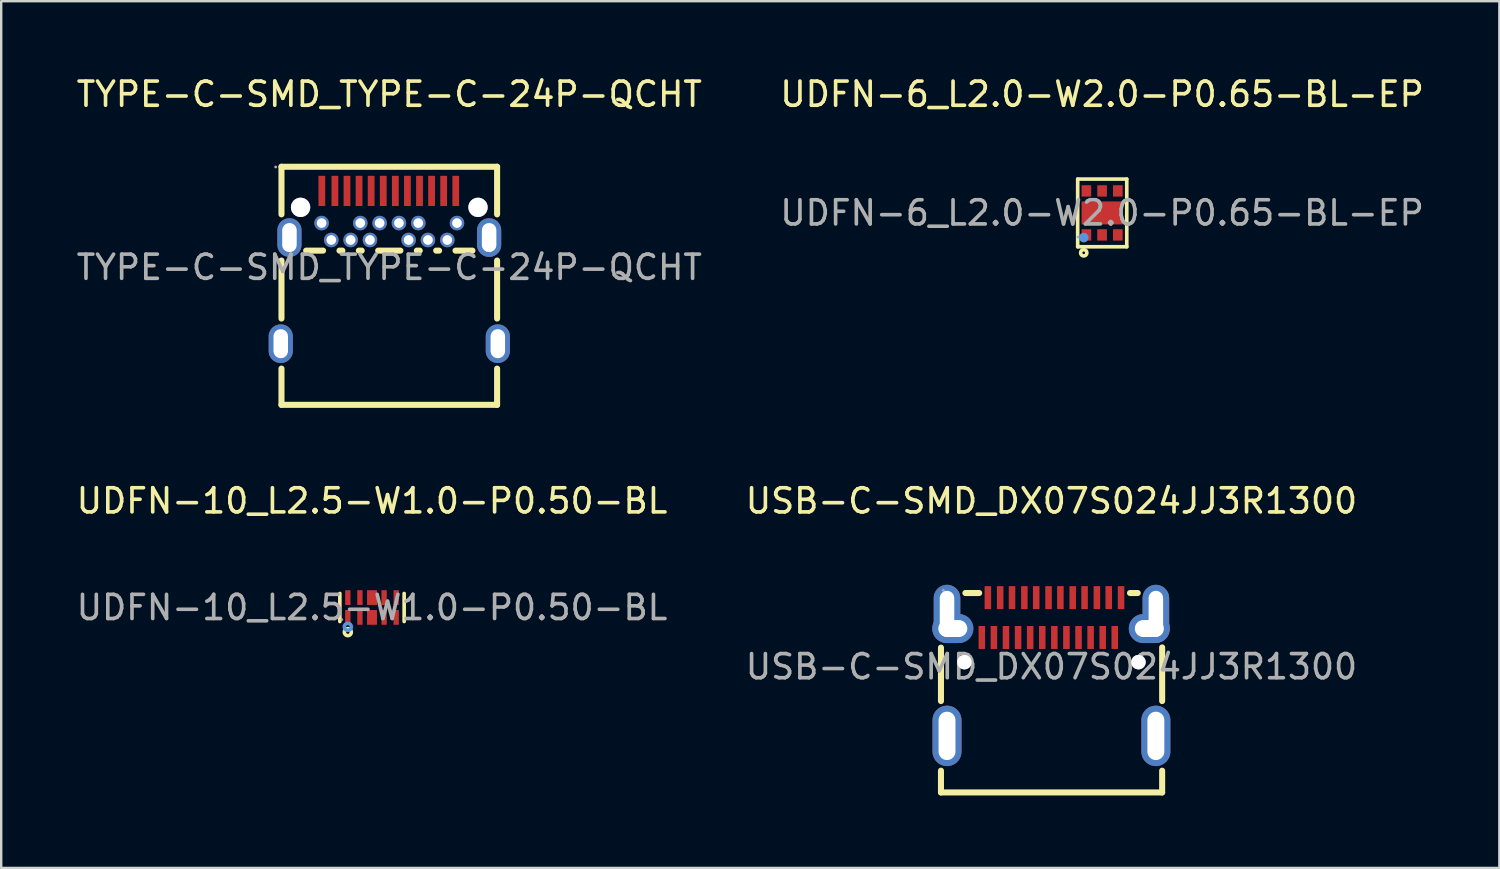
<source format=kicad_pcb>
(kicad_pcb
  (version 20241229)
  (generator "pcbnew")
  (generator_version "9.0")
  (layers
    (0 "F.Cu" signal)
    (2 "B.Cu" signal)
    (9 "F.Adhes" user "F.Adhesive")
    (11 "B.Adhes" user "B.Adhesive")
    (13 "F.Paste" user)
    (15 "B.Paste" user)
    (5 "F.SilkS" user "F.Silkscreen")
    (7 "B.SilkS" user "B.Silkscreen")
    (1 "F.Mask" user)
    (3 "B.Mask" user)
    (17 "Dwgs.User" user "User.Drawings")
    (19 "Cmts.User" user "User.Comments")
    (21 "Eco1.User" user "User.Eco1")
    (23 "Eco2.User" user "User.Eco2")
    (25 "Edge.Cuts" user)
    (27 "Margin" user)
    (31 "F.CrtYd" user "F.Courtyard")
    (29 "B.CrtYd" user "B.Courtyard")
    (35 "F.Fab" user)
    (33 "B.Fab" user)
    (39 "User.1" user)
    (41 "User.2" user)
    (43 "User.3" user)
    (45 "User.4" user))
  (footprint "UDFN-6_L2.0-W2.0-P0.65-BL-EP"
    (layer "F.Cu")
    (at 42.542 5.758)
    (property "Reference" "UDFN-6_L2.0-W2.0-P0.65-BL-EP" (at 0 -4.91 0) (layer "F.SilkS") (effects (font (size 1 1) (thickness 0.15))))
    (attr smd)
    (fp_line (start -1.01 -1.4) (end -1.01 1.4) (stroke (width 0.15) (type solid)) (layer "F.SilkS"))
    (fp_line (start -1.01 1.4) (end 1.02 1.4) (stroke (width 0.15) (type solid)) (layer "F.SilkS"))
    (fp_line (start 1.02 -1.4) (end -1.01 -1.4) (stroke (width 0.15) (type solid)) (layer "F.SilkS"))
    (fp_line (start 1.02 1.4) (end 1.02 -1.4) (stroke (width 0.15) (type solid)) (layer "F.SilkS"))
    (fp_circle (center -0.76 1.65) (end -0.63 1.65) (stroke (width 0.15) (type solid)) (fill no) (layer "F.SilkS"))
    (fp_circle (center -0.76 1.02) (end -0.66 1.02) (stroke (width 0.2) (type solid)) (fill no) (layer "Cmts.User"))
    (fp_circle (center -1 1) (end -0.97 1) (stroke (width 0.06) (type solid)) (fill no) (layer "F.Fab"))
    (fp_text user "${REFERENCE}" (at 0 0 0) (layer "F.Fab") (effects (font (size 1 1) (thickness 0.15))))
    (pad "1" smd rect (at -0.65 0.91 90) (size 0.47 0.4) (layers "F.Cu" "F.Mask" "F.Paste"))
    (pad "2" smd rect (at 0 0.91 90) (size 0.47 0.4) (layers "F.Cu" "F.Mask" "F.Paste"))
    (pad "3" smd rect (at 0.65 0.91 90) (size 0.47 0.4) (layers "F.Cu" "F.Mask" "F.Paste"))
    (pad "4" smd rect (at 0.65 -0.91 90) (size 0.47 0.4) (layers "F.Cu" "F.Mask" "F.Paste"))
    (pad "5" smd rect (at 0 -0.91 90) (size 0.47 0.4) (layers "F.Cu" "F.Mask" "F.Paste"))
    (pad "6" smd rect (at -0.65 -0.91 90) (size 0.47 0.4) (layers "F.Cu" "F.Mask" "F.Paste"))
    (pad "7" smd rect (at 0 0 90) (size 0.95 1.7) (layers "F.Cu" "F.Mask" "F.Paste")))
  (footprint "USB-C-SMD_DX07S024JJ3R1300"
    (layer "F.Cu")
    (at 40.446 24.532)
    (property "Reference" "USB-C-SMD_DX07S024JJ3R1300" (at 0 -6.86 0) (layer "F.SilkS") (effects (font (size 1 1) (thickness 0.15))))
    (attr smd)
    (fp_line (start -4.57 1.42) (end -4.57 -0.79) (stroke (width 0.25) (type solid)) (layer "F.SilkS"))
    (fp_line (start -4.57 5.2) (end -4.57 4.3) (stroke (width 0.25) (type solid)) (layer "F.SilkS"))
    (fp_line (start -3.56 -3.05) (end -2.99 -3.05) (stroke (width 0.25) (type solid)) (layer "F.SilkS"))
    (fp_line (start 3.25 -3.05) (end 3.57 -3.05) (stroke (width 0.25) (type solid)) (layer "F.SilkS"))
    (fp_line (start 4.58 -0.8) (end 4.58 1.42) (stroke (width 0.25) (type solid)) (layer "F.SilkS"))
    (fp_line (start 4.58 4.3) (end 4.58 5.2) (stroke (width 0.25) (type solid)) (layer "F.SilkS"))
    (fp_line (start 4.58 5.2) (end -4.57 5.2) (stroke (width 0.25) (type solid)) (layer "F.SilkS"))
    (fp_circle (center -3.6 -0.19) (end -3.5 -0.19) (stroke (width 0.2) (type solid)) (fill no) (layer "Cmts.User"))
    (fp_circle (center 3.6 -0.19) (end 3.7 -0.19) (stroke (width 0.2) (type solid)) (fill no) (layer "Cmts.User"))
    (fp_circle (center -4.47 -3.16) (end -4.44 -3.16) (stroke (width 0.06) (type solid)) (fill no) (layer "F.Fab"))
    (fp_text user "${REFERENCE}" (at 0 0 0) (layer "F.Fab") (effects (font (size 1 1) (thickness 0.15))))
    (pad "" thru_hole circle (at -3.6 -0.19) (size 0.6 0.6) (drill 0.6) (layers "*.Cu" "*.Mask"))
    (pad "" thru_hole circle (at 3.6 -0.19) (size 0.6 0.6) (drill 0.6) (layers "*.Cu" "*.Mask"))
    (pad "3" thru_hole oval (at 4.32 2.86) (size 1.2 2.5) (drill oval 0.7 2) (layers "*.Cu" "*.Mask"))
    (pad "4" thru_hole oval (at -4.32 2.86) (size 1.2 2.5) (drill oval 0.7 2) (layers "*.Cu" "*.Mask"))
    (pad "24" thru_hole oval (at -4.32 -2.19) (size 1.1 2.4) (drill oval 0.6 1.9) (layers "*.Cu" "*.Mask"))
    (pad "24" thru_hole oval (at -4.08 -1.58 90) (size 1.2 1.7) (drill oval 0.7 1.2) (layers "*.Cu" "*.Mask"))
    (pad "25" thru_hole oval (at 4.05 -1.58 90) (size 1.2 1.7) (drill oval 0.7 1.2) (layers "*.Cu" "*.Mask"))
    (pad "25" thru_hole oval (at 4.32 -2.19) (size 1.1 2.4) (drill oval 0.6 1.9) (layers "*.Cu" "*.Mask"))
    (pad "A1" smd rect (at -2.63 -2.86) (size 0.27 0.95) (layers "F.Cu" "F.Mask" "F.Paste"))
    (pad "A2" smd rect (at -2.12 -2.86) (size 0.27 0.95) (layers "F.Cu" "F.Mask" "F.Paste"))
    (pad "A3" smd rect (at -1.63 -2.86) (size 0.27 0.95) (layers "F.Cu" "F.Mask" "F.Paste"))
    (pad "A4" smd rect (at -1.12 -2.86) (size 0.27 0.95) (layers "F.Cu" "F.Mask" "F.Paste"))
    (pad "A5" smd rect (at -0.63 -2.86) (size 0.27 0.95) (layers "F.Cu" "F.Mask" "F.Paste"))
    (pad "A6" smd rect (at -0.12 -2.86) (size 0.27 0.95) (layers "F.Cu" "F.Mask" "F.Paste"))
    (pad "A7" smd rect (at 0.37 -2.86) (size 0.27 0.95) (layers "F.Cu" "F.Mask" "F.Paste"))
    (pad "A8" smd rect (at 0.88 -2.86) (size 0.27 0.95) (layers "F.Cu" "F.Mask" "F.Paste"))
    (pad "A9" smd rect (at 1.37 -2.86) (size 0.27 0.95) (layers "F.Cu" "F.Mask" "F.Paste"))
    (pad "A10" smd rect (at 1.88 -2.86) (size 0.27 0.95) (layers "F.Cu" "F.Mask" "F.Paste"))
    (pad "A11" smd rect (at 2.37 -2.86) (size 0.27 0.95) (layers "F.Cu" "F.Mask" "F.Paste"))
    (pad "A12" smd rect (at 2.88 -2.86) (size 0.27 0.95) (layers "F.Cu" "F.Mask" "F.Paste"))
    (pad "B1" smd rect (at 2.62 -1.21) (size 0.27 0.95) (layers "F.Cu" "F.Mask" "F.Paste"))
    (pad "B2" smd rect (at 2.12 -1.21) (size 0.27 0.95) (layers "F.Cu" "F.Mask" "F.Paste"))
    (pad "B3" smd rect (at 1.62 -1.21) (size 0.27 0.95) (layers "F.Cu" "F.Mask" "F.Paste"))
    (pad "B4" smd rect (at 1.12 -1.21) (size 0.27 0.95) (layers "F.Cu" "F.Mask" "F.Paste"))
    (pad "B5" smd rect (at 0.62 -1.21) (size 0.27 0.95) (layers "F.Cu" "F.Mask" "F.Paste"))
    (pad "B6" smd rect (at 0.12 -1.21) (size 0.27 0.95) (layers "F.Cu" "F.Mask" "F.Paste"))
    (pad "B7" smd rect (at -0.38 -1.21) (size 0.27 0.95) (layers "F.Cu" "F.Mask" "F.Paste"))
    (pad "B8" smd rect (at -0.88 -1.21) (size 0.27 0.95) (layers "F.Cu" "F.Mask" "F.Paste"))
    (pad "B9" smd rect (at -1.38 -1.21) (size 0.27 0.95) (layers "F.Cu" "F.Mask" "F.Paste"))
    (pad "B10" smd rect (at -1.88 -1.21) (size 0.27 0.95) (layers "F.Cu" "F.Mask" "F.Paste"))
    (pad "B11" smd rect (at -2.38 -1.21) (size 0.27 0.95) (layers "F.Cu" "F.Mask" "F.Paste"))
    (pad "B12" smd rect (at -2.88 -1.21) (size 0.27 0.95) (layers "F.Cu" "F.Mask" "F.Paste")))
  (footprint "UDFN-10_L2.5-W1.0-P0.50-BL"
    (layer "F.Cu")
    (at 12.339 22.081)
    (property "Reference" "UDFN-10_L2.5-W1.0-P0.50-BL" (at 0 -4.41 0) (layer "F.SilkS") (effects (font (size 1 1) (thickness 0.15))))
    (attr smd)
    (fp_line (start -1.33 0.58) (end -1.33 -0.58) (stroke (width 0.15) (type solid)) (layer "F.SilkS"))
    (fp_line (start 1.33 0.58) (end 1.33 -0.58) (stroke (width 0.15) (type solid)) (layer "F.SilkS"))
    (fp_circle (center -1 1.02) (end -0.93 1.02) (stroke (width 0.15) (type solid)) (fill no) (layer "F.SilkS"))
    (fp_circle (center -1 0.8) (end -0.93 0.8) (stroke (width 0.15) (type solid)) (fill no) (layer "Cmts.User"))
    (fp_circle (center -1.25 0.5) (end -1.22 0.5) (stroke (width 0.06) (type solid)) (fill no) (layer "F.Fab"))
    (fp_text user "${REFERENCE}" (at 0 0 0) (layer "F.Fab") (effects (font (size 1 1) (thickness 0.15))))
    (pad "1" smd rect (at -1 0.41) (size 0.22 0.61) (layers "F.Cu" "F.Mask" "F.Paste"))
    (pad "2" smd rect (at -0.5 0.41) (size 0.22 0.61) (layers "F.Cu" "F.Mask" "F.Paste"))
    (pad "3" smd rect (at 0 0.41) (size 0.41 0.61) (layers "F.Cu" "F.Mask" "F.Paste"))
    (pad "4" smd rect (at 0.5 0.41) (size 0.22 0.61) (layers "F.Cu" "F.Mask" "F.Paste"))
    (pad "5" smd rect (at 1 0.41) (size 0.22 0.61) (layers "F.Cu" "F.Mask" "F.Paste"))
    (pad "6" smd rect (at 1 -0.41) (size 0.22 0.61) (layers "F.Cu" "F.Mask" "F.Paste"))
    (pad "7" smd rect (at 0.5 -0.41) (size 0.22 0.61) (layers "F.Cu" "F.Mask" "F.Paste"))
    (pad "8" smd rect (at 0 -0.41) (size 0.41 0.61) (layers "F.Cu" "F.Mask" "F.Paste"))
    (pad "9" smd rect (at -0.5 -0.41) (size 0.22 0.61) (layers "F.Cu" "F.Mask" "F.Paste"))
    (pad "10" smd rect (at -1 -0.41) (size 0.22 0.61) (layers "F.Cu" "F.Mask" "F.Paste")))
  (footprint "TYPE-C-SMD_TYPE-C-24P-QCHT"
    (layer "F.Cu")
    (at 13.054 8.008)
    (property "Reference" "TYPE-C-SMD_TYPE-C-24P-QCHT" (at 0 -7.16 0) (layer "F.SilkS") (effects (font (size 1 1) (thickness 0.15))))
    (attr smd)
    (fp_line (start -4.46 -4.16) (end -4.46 -2.19) (stroke (width 0.25) (type solid)) (layer "F.SilkS"))
    (fp_line (start -4.46 -4.16) (end 4.46 -4.16) (stroke (width 0.25) (type solid)) (layer "F.SilkS"))
    (fp_line (start -4.46 -0.28) (end -4.46 2.12) (stroke (width 0.25) (type solid)) (layer "F.SilkS"))
    (fp_line (start -4.46 4.19) (end -4.46 5.69) (stroke (width 0.25) (type solid)) (layer "F.SilkS"))
    (fp_line (start -4.46 5.69) (end 4.46 5.69) (stroke (width 0.25) (type solid)) (layer "F.SilkS"))
    (fp_line (start -3.44 -0.69) (end -2.74 -0.69) (stroke (width 0.25) (type solid)) (layer "F.SilkS"))
    (fp_line (start -2.06 -0.69) (end -1.94 -0.69) (stroke (width 0.25) (type solid)) (layer "F.SilkS"))
    (fp_line (start -1.26 -0.69) (end -1.14 -0.69) (stroke (width 0.25) (type solid)) (layer "F.SilkS"))
    (fp_line (start -0.46 -0.69) (end 0.46 -0.69) (stroke (width 0.25) (type solid)) (layer "F.SilkS"))
    (fp_line (start 1.14 -0.69) (end 1.26 -0.69) (stroke (width 0.25) (type solid)) (layer "F.SilkS"))
    (fp_line (start 1.94 -0.69) (end 2.06 -0.69) (stroke (width 0.25) (type solid)) (layer "F.SilkS"))
    (fp_line (start 2.74 -0.69) (end 3.44 -0.69) (stroke (width 0.25) (type solid)) (layer "F.SilkS"))
    (fp_line (start 4.46 -4.16) (end 4.46 -2.19) (stroke (width 0.25) (type solid)) (layer "F.SilkS"))
    (fp_line (start 4.46 -0.28) (end 4.46 2.12) (stroke (width 0.25) (type solid)) (layer "F.SilkS"))
    (fp_line (start 4.46 4.19) (end 4.46 5.69) (stroke (width 0.25) (type solid)) (layer "F.SilkS"))
    (fp_circle (center -3.67 -2.48) (end -3.52 -2.48) (stroke (width 0.3) (type solid)) (fill no) (layer "Cmts.User"))
    (fp_circle (center 3.67 -2.48) (end 3.82 -2.48) (stroke (width 0.3) (type solid)) (fill no) (layer "Cmts.User"))
    (fp_circle (center -4.7 -4.15) (end -4.67 -4.15) (stroke (width 0.06) (type solid)) (fill no) (layer "F.Fab"))
    (fp_text user "${REFERENCE}" (at 0 0 0) (layer "F.Fab") (effects (font (size 1 1) (thickness 0.15))))
    (pad "" thru_hole circle (at -3.67 -2.48) (size 0.8 0.8) (drill 0.8) (layers "*.Cu" "*.Mask"))
    (pad "" thru_hole circle (at 3.67 -2.48) (size 0.8 0.8) (drill 0.8) (layers "*.Cu" "*.Mask"))
    (pad "25" thru_hole oval (at -4.49 3.16) (size 1 1.6) (drill oval 0.6 1.2) (layers "*.Cu" "*.Mask"))
    (pad "25" thru_hole oval (at -4.13 -1.23) (size 1 1.6) (drill oval 0.6 1.2) (layers "*.Cu" "*.Mask"))
    (pad "25" thru_hole oval (at 4.13 -1.23) (size 1 1.6) (drill oval 0.6 1.2) (layers "*.Cu" "*.Mask"))
    (pad "25" thru_hole oval (at 4.49 3.16) (size 1 1.6) (drill oval 0.6 1.2) (layers "*.Cu" "*.Mask"))
    (pad "A1" smd rect (at -2.79 -3.16) (size 0.28 1.25) (layers "F.Cu" "F.Mask" "F.Paste"))
    (pad "A2" smd rect (at -2.25 -3.16) (size 0.28 1.25) (layers "F.Cu" "F.Mask" "F.Paste"))
    (pad "A3" smd rect (at -1.75 -3.16) (size 0.28 1.25) (layers "F.Cu" "F.Mask" "F.Paste"))
    (pad "A4" smd rect (at -1.25 -3.16) (size 0.28 1.25) (layers "F.Cu" "F.Mask" "F.Paste"))
    (pad "A5" smd rect (at -0.75 -3.16) (size 0.28 1.25) (layers "F.Cu" "F.Mask" "F.Paste"))
    (pad "A6" smd rect (at -0.25 -3.16) (size 0.28 1.25) (layers "F.Cu" "F.Mask" "F.Paste"))
    (pad "A7" smd rect (at 0.25 -3.16) (size 0.28 1.25) (layers "F.Cu" "F.Mask" "F.Paste"))
    (pad "A8" smd rect (at 0.75 -3.16) (size 0.28 1.25) (layers "F.Cu" "F.Mask" "F.Paste"))
    (pad "A9" smd rect (at 1.25 -3.16) (size 0.28 1.25) (layers "F.Cu" "F.Mask" "F.Paste"))
    (pad "A10" smd rect (at 1.75 -3.16) (size 0.28 1.25) (layers "F.Cu" "F.Mask" "F.Paste"))
    (pad "A11" smd rect (at 2.25 -3.16) (size 0.28 1.25) (layers "F.Cu" "F.Mask" "F.Paste"))
    (pad "A12" smd rect (at 2.75 -3.16) (size 0.28 1.25) (layers "F.Cu" "F.Mask" "F.Paste"))
    (pad "B1" thru_hole circle (at 2.8 -1.83) (size 0.6 0.6) (drill 0.4) (layers "*.Cu" "*.Mask"))
    (pad "B2" thru_hole circle (at 2.4 -1.13) (size 0.6 0.6) (drill 0.4) (layers "*.Cu" "*.Mask"))
    (pad "B3" thru_hole circle (at 1.6 -1.13) (size 0.6 0.6) (drill 0.4) (layers "*.Cu" "*.Mask"))
    (pad "B4" thru_hole circle (at 1.2 -1.83) (size 0.6 0.6) (drill 0.4) (layers "*.Cu" "*.Mask"))
    (pad "B5" thru_hole circle (at 0.8 -1.13) (size 0.6 0.6) (drill 0.4) (layers "*.Cu" "*.Mask"))
    (pad "B6" thru_hole circle (at 0.4 -1.83) (size 0.6 0.6) (drill 0.4) (layers "*.Cu" "*.Mask"))
    (pad "B7" thru_hole circle (at -0.4 -1.83) (size 0.6 0.6) (drill 0.4) (layers "*.Cu" "*.Mask"))
    (pad "B8" thru_hole circle (at -0.8 -1.13) (size 0.6 0.6) (drill 0.4) (layers "*.Cu" "*.Mask"))
    (pad "B9" thru_hole circle (at -1.2 -1.83) (size 0.6 0.6) (drill 0.4) (layers "*.Cu" "*.Mask"))
    (pad "B10" thru_hole circle (at -1.6 -1.13) (size 0.6 0.6) (drill 0.4) (layers "*.Cu" "*.Mask"))
    (pad "B11" thru_hole circle (at -2.4 -1.13) (size 0.6 0.6) (drill 0.4) (layers "*.Cu" "*.Mask"))
    (pad "B12" thru_hole circle (at -2.8 -1.83) (size 0.6 0.6) (drill 0.4) (layers "*.Cu" "*.Mask")))
  (gr_rect
    (start -3 -3)
    (end 58.976 32.856)
    (stroke (width 0.1) (type default))
    (fill no)
    (layer "Edge.Cuts")))
</source>
